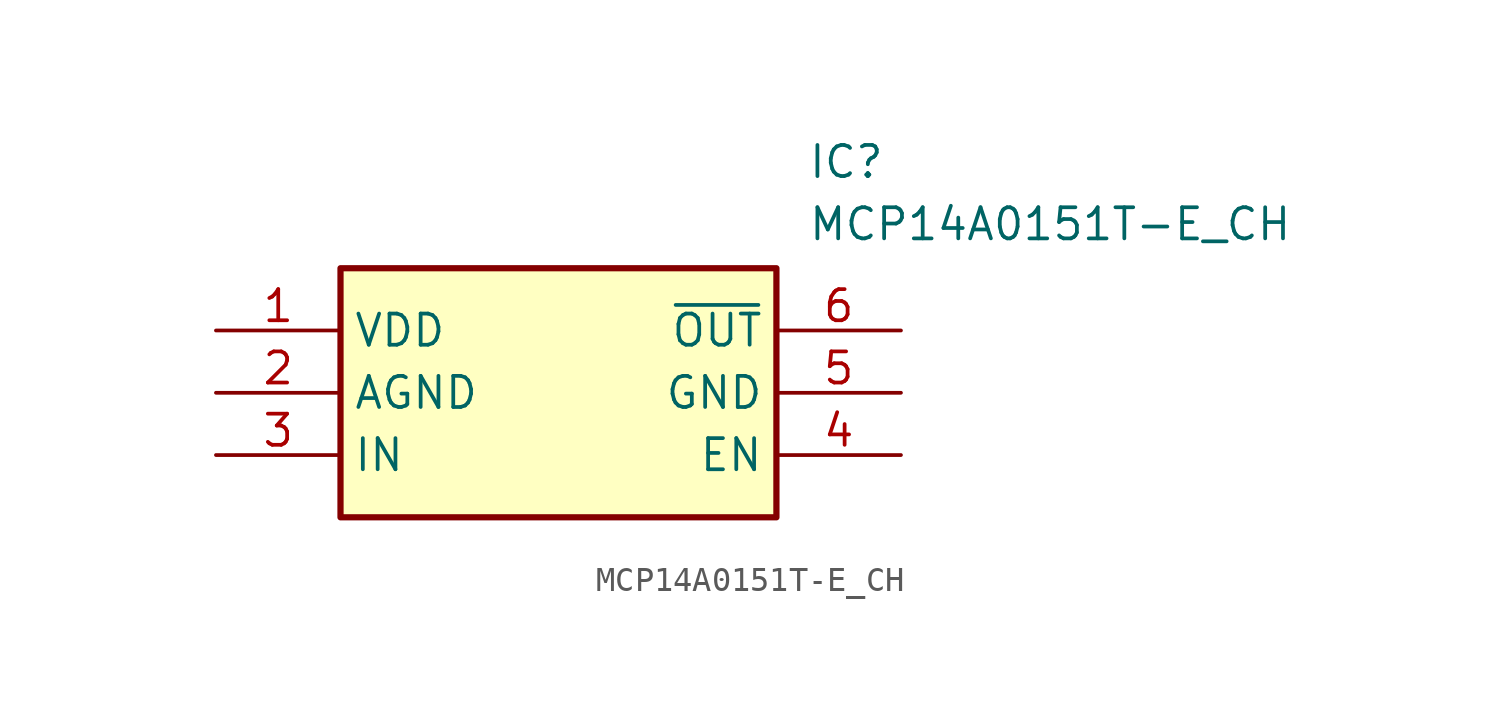
<source format=kicad_sym>
(kicad_symbol_lib
  (version 20211014)
  (generator SamacSys_ECAD_Model)
  (symbol "MCP14A0151T-E_CH"
    (property "Reference" "IC"
      (at 24.13 7.62 0)
      (effects (font (size 1.27 1.27)) (justify left top)))
    (property "Value" "MCP14A0151T-E_CH"
      (at 24.13 5.08 0)
      (effects (font (size 1.27 1.27)) (justify left top)))
    (rectangle
      (start 5.08 2.54)
      (end 22.86 -7.62)
      (stroke (width 0.254) (type default))
      (fill (type background)))
    (pin passive line
      (at 0 0 0)
      (length 5.08)
      (name "VDD" (effects (font (size 1.27 1.27))))
      (number "1" (effects (font (size 1.27 1.27)))))
    (pin passive line
      (at 0 -2.54 0)
      (length 5.08)
      (name "AGND" (effects (font (size 1.27 1.27))))
      (number "2" (effects (font (size 1.27 1.27)))))
    (pin passive line
      (at 0 -5.08 0)
      (length 5.08)
      (name "IN" (effects (font (size 1.27 1.27))))
      (number "3" (effects (font (size 1.27 1.27)))))
    (pin passive line
      (at 27.94 0 180)
      (length 5.08)
      (name "~{OUT}" (effects (font (size 1.27 1.27))))
      (number "6" (effects (font (size 1.27 1.27)))))
    (pin passive line
      (at 27.94 -2.54 180)
      (length 5.08)
      (name "GND" (effects (font (size 1.27 1.27))))
      (number "5" (effects (font (size 1.27 1.27)))))
    (pin passive line
      (at 27.94 -5.08 180)
      (length 5.08)
      (name "EN" (effects (font (size 1.27 1.27))))
      (number "4" (effects (font (size 1.27 1.27)))))))
</source>
